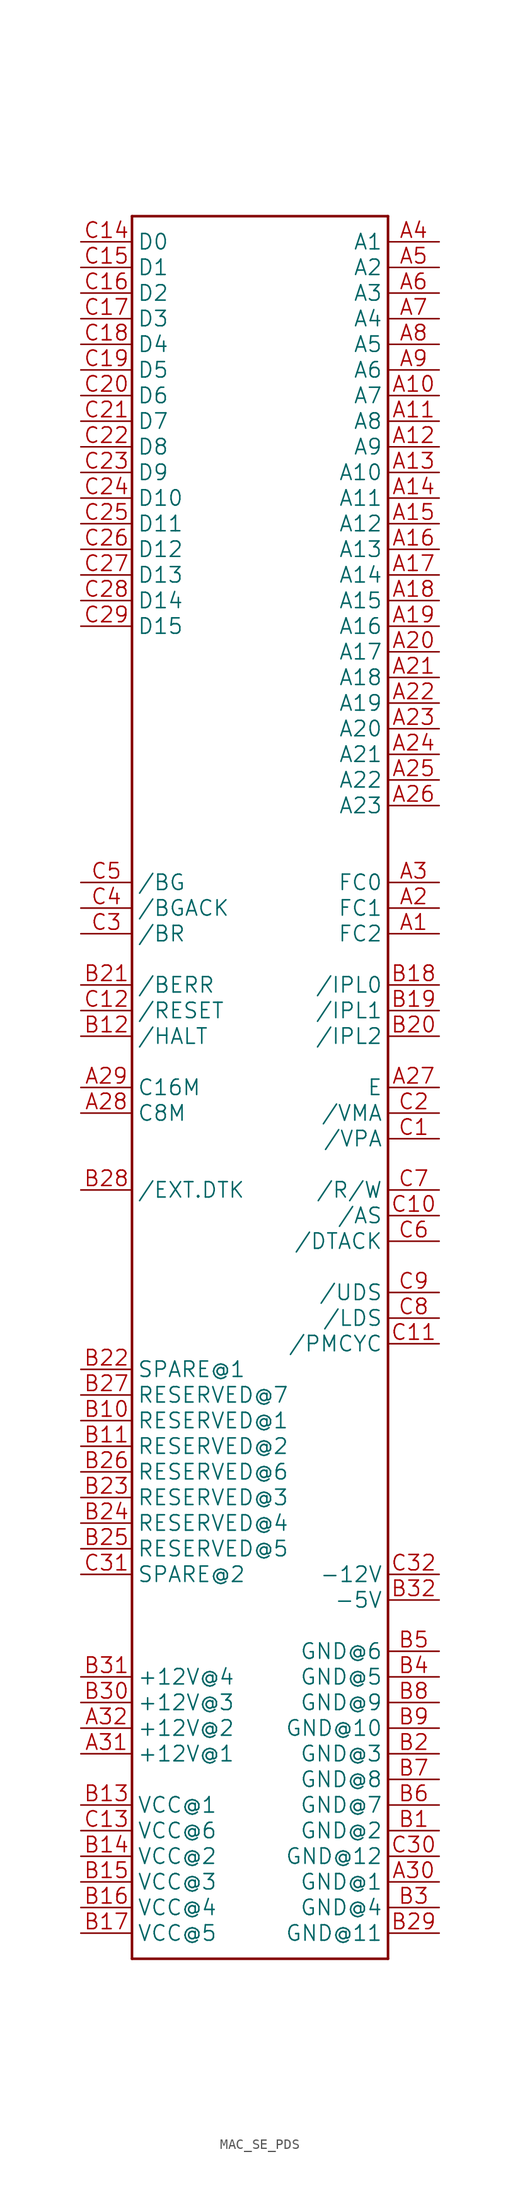
<source format=kicad_sym>
(kicad_symbol_lib
  (version 20241209)
  (generator "kicad_symbol_editor")
  (generator_version "9.0")
  (symbol "MAC_SE_PDS"
    (property "Reference" ""
      (at 0 0 0)
      (effects (font (size 1.27 1.27)) (hide yes)))
    (property "ki_locked" ""
      (at 0 0 0)
      (effects (font (size 1.27 1.27))))
    (symbol "MAC_SE_PDS_1_0"
      (polyline (pts (xy -12.7 86.36) (xy 12.7 86.36)) (stroke (width 0.254) (type solid)) (fill (type none)))
      (polyline (pts (xy -12.7 -86.36) (xy -12.7 86.36)) (stroke (width 0.254) (type solid)) (fill (type none)))
      (polyline (pts (xy 12.7 86.36) (xy 12.7 -86.36)) (stroke (width 0.254) (type solid)) (fill (type none)))
      (polyline (pts (xy 12.7 -86.36) (xy -12.7 -86.36)) (stroke (width 0.254) (type solid)) (fill (type none)))
      (pin bidirectional line (at -17.78 83.82 0) (length 5.08) (name "D0" (effects (font (size 1.524 1.524)))) (number "C14" (effects (font (size 1.524 1.524)))))
      (pin bidirectional line (at -17.78 81.28 0) (length 5.08) (name "D1" (effects (font (size 1.524 1.524)))) (number "C15" (effects (font (size 1.524 1.524)))))
      (pin bidirectional line (at -17.78 78.74 0) (length 5.08) (name "D2" (effects (font (size 1.524 1.524)))) (number "C16" (effects (font (size 1.524 1.524)))))
      (pin bidirectional line (at -17.78 76.2 0) (length 5.08) (name "D3" (effects (font (size 1.524 1.524)))) (number "C17" (effects (font (size 1.524 1.524)))))
      (pin bidirectional line (at -17.78 73.66 0) (length 5.08) (name "D4" (effects (font (size 1.524 1.524)))) (number "C18" (effects (font (size 1.524 1.524)))))
      (pin bidirectional line (at -17.78 71.12 0) (length 5.08) (name "D5" (effects (font (size 1.524 1.524)))) (number "C19" (effects (font (size 1.524 1.524)))))
      (pin bidirectional line (at -17.78 68.58 0) (length 5.08) (name "D6" (effects (font (size 1.524 1.524)))) (number "C20" (effects (font (size 1.524 1.524)))))
      (pin bidirectional line (at -17.78 66.04 0) (length 5.08) (name "D7" (effects (font (size 1.524 1.524)))) (number "C21" (effects (font (size 1.524 1.524)))))
      (pin bidirectional line (at -17.78 63.5 0) (length 5.08) (name "D8" (effects (font (size 1.524 1.524)))) (number "C22" (effects (font (size 1.524 1.524)))))
      (pin bidirectional line (at -17.78 60.96 0) (length 5.08) (name "D9" (effects (font (size 1.524 1.524)))) (number "C23" (effects (font (size 1.524 1.524)))))
      (pin bidirectional line (at -17.78 58.42 0) (length 5.08) (name "D10" (effects (font (size 1.524 1.524)))) (number "C24" (effects (font (size 1.524 1.524)))))
      (pin bidirectional line (at -17.78 55.88 0) (length 5.08) (name "D11" (effects (font (size 1.524 1.524)))) (number "C25" (effects (font (size 1.524 1.524)))))
      (pin bidirectional line (at -17.78 53.34 0) (length 5.08) (name "D12" (effects (font (size 1.524 1.524)))) (number "C26" (effects (font (size 1.524 1.524)))))
      (pin bidirectional line (at -17.78 50.8 0) (length 5.08) (name "D13" (effects (font (size 1.524 1.524)))) (number "C27" (effects (font (size 1.524 1.524)))))
      (pin bidirectional line (at -17.78 48.26 0) (length 5.08) (name "D14" (effects (font (size 1.524 1.524)))) (number "C28" (effects (font (size 1.524 1.524)))))
      (pin bidirectional line (at -17.78 45.72 0) (length 5.08) (name "D15" (effects (font (size 1.524 1.524)))) (number "C29" (effects (font (size 1.524 1.524)))))
      (pin bidirectional line (at -17.78 20.32 0) (length 5.08) (name "/BG" (effects (font (size 1.524 1.524)))) (number "C5" (effects (font (size 1.524 1.524)))))
      (pin bidirectional line (at -17.78 17.78 0) (length 5.08) (name "/BGACK" (effects (font (size 1.524 1.524)))) (number "C4" (effects (font (size 1.524 1.524)))))
      (pin bidirectional line (at -17.78 15.24 0) (length 5.08) (name "/BR" (effects (font (size 1.524 1.524)))) (number "C3" (effects (font (size 1.524 1.524)))))
      (pin bidirectional line (at -17.78 10.16 0) (length 5.08) (name "/BERR" (effects (font (size 1.524 1.524)))) (number "B21" (effects (font (size 1.524 1.524)))))
      (pin bidirectional line (at -17.78 7.62 0) (length 5.08) (name "/RESET" (effects (font (size 1.524 1.524)))) (number "C12" (effects (font (size 1.524 1.524)))))
      (pin bidirectional line (at -17.78 5.08 0) (length 5.08) (name "/HALT" (effects (font (size 1.524 1.524)))) (number "B12" (effects (font (size 1.524 1.524)))))
      (pin bidirectional line (at -17.78 0 0) (length 5.08) (name "C16M" (effects (font (size 1.524 1.524)))) (number "A29" (effects (font (size 1.524 1.524)))))
      (pin bidirectional line (at -17.78 -2.54 0) (length 5.08) (name "C8M" (effects (font (size 1.524 1.524)))) (number "A28" (effects (font (size 1.524 1.524)))))
      (pin bidirectional line (at -17.78 -10.16 0) (length 5.08) (name "/EXT.DTK" (effects (font (size 1.524 1.524)))) (number "B28" (effects (font (size 1.524 1.524)))))
      (pin bidirectional line (at -17.78 -27.94 0) (length 5.08) (name "SPARE@1" (effects (font (size 1.524 1.524)))) (number "B22" (effects (font (size 1.524 1.524)))))
      (pin bidirectional line (at -17.78 -30.48 0) (length 5.08) (name "RESERVED@7" (effects (font (size 1.524 1.524)))) (number "B27" (effects (font (size 1.524 1.524)))))
      (pin bidirectional line (at -17.78 -33.02 0) (length 5.08) (name "RESERVED@1" (effects (font (size 1.524 1.524)))) (number "B10" (effects (font (size 1.524 1.524)))))
      (pin bidirectional line (at -17.78 -35.56 0) (length 5.08) (name "RESERVED@2" (effects (font (size 1.524 1.524)))) (number "B11" (effects (font (size 1.524 1.524)))))
      (pin bidirectional line (at -17.78 -38.1 0) (length 5.08) (name "RESERVED@6" (effects (font (size 1.524 1.524)))) (number "B26" (effects (font (size 1.524 1.524)))))
      (pin bidirectional line (at -17.78 -40.64 0) (length 5.08) (name "RESERVED@3" (effects (font (size 1.524 1.524)))) (number "B23" (effects (font (size 1.524 1.524)))))
      (pin bidirectional line (at -17.78 -43.18 0) (length 5.08) (name "RESERVED@4" (effects (font (size 1.524 1.524)))) (number "B24" (effects (font (size 1.524 1.524)))))
      (pin bidirectional line (at -17.78 -45.72 0) (length 5.08) (name "RESERVED@5" (effects (font (size 1.524 1.524)))) (number "B25" (effects (font (size 1.524 1.524)))))
      (pin bidirectional line (at -17.78 -48.26 0) (length 5.08) (name "SPARE@2" (effects (font (size 1.524 1.524)))) (number "C31" (effects (font (size 1.524 1.524)))))
      (pin bidirectional line (at -17.78 -58.42 0) (length 5.08) (name "+12V@4" (effects (font (size 1.524 1.524)))) (number "B31" (effects (font (size 1.524 1.524)))))
      (pin bidirectional line (at -17.78 -60.96 0) (length 5.08) (name "+12V@3" (effects (font (size 1.524 1.524)))) (number "B30" (effects (font (size 1.524 1.524)))))
      (pin bidirectional line (at -17.78 -63.5 0) (length 5.08) (name "+12V@2" (effects (font (size 1.524 1.524)))) (number "A32" (effects (font (size 1.524 1.524)))))
      (pin bidirectional line (at -17.78 -66.04 0) (length 5.08) (name "+12V@1" (effects (font (size 1.524 1.524)))) (number "A31" (effects (font (size 1.524 1.524)))))
      (pin bidirectional line (at -17.78 -71.12 0) (length 5.08) (name "VCC@1" (effects (font (size 1.524 1.524)))) (number "B13" (effects (font (size 1.524 1.524)))))
      (pin bidirectional line (at -17.78 -73.66 0) (length 5.08) (name "VCC@6" (effects (font (size 1.524 1.524)))) (number "C13" (effects (font (size 1.524 1.524)))))
      (pin bidirectional line (at -17.78 -76.2 0) (length 5.08) (name "VCC@2" (effects (font (size 1.524 1.524)))) (number "B14" (effects (font (size 1.524 1.524)))))
      (pin bidirectional line (at -17.78 -78.74 0) (length 5.08) (name "VCC@3" (effects (font (size 1.524 1.524)))) (number "B15" (effects (font (size 1.524 1.524)))))
      (pin bidirectional line (at -17.78 -81.28 0) (length 5.08) (name "VCC@4" (effects (font (size 1.524 1.524)))) (number "B16" (effects (font (size 1.524 1.524)))))
      (pin bidirectional line (at -17.78 -83.82 0) (length 5.08) (name "VCC@5" (effects (font (size 1.524 1.524)))) (number "B17" (effects (font (size 1.524 1.524)))))
      (pin bidirectional line (at 17.78 83.82 180) (length 5.08) (name "A1" (effects (font (size 1.524 1.524)))) (number "A4" (effects (font (size 1.524 1.524)))))
      (pin bidirectional line (at 17.78 81.28 180) (length 5.08) (name "A2" (effects (font (size 1.524 1.524)))) (number "A5" (effects (font (size 1.524 1.524)))))
      (pin bidirectional line (at 17.78 78.74 180) (length 5.08) (name "A3" (effects (font (size 1.524 1.524)))) (number "A6" (effects (font (size 1.524 1.524)))))
      (pin bidirectional line (at 17.78 76.2 180) (length 5.08) (name "A4" (effects (font (size 1.524 1.524)))) (number "A7" (effects (font (size 1.524 1.524)))))
      (pin bidirectional line (at 17.78 73.66 180) (length 5.08) (name "A5" (effects (font (size 1.524 1.524)))) (number "A8" (effects (font (size 1.524 1.524)))))
      (pin bidirectional line (at 17.78 71.12 180) (length 5.08) (name "A6" (effects (font (size 1.524 1.524)))) (number "A9" (effects (font (size 1.524 1.524)))))
      (pin bidirectional line (at 17.78 68.58 180) (length 5.08) (name "A7" (effects (font (size 1.524 1.524)))) (number "A10" (effects (font (size 1.524 1.524)))))
      (pin bidirectional line (at 17.78 66.04 180) (length 5.08) (name "A8" (effects (font (size 1.524 1.524)))) (number "A11" (effects (font (size 1.524 1.524)))))
      (pin bidirectional line (at 17.78 63.5 180) (length 5.08) (name "A9" (effects (font (size 1.524 1.524)))) (number "A12" (effects (font (size 1.524 1.524)))))
      (pin bidirectional line (at 17.78 60.96 180) (length 5.08) (name "A10" (effects (font (size 1.524 1.524)))) (number "A13" (effects (font (size 1.524 1.524)))))
      (pin bidirectional line (at 17.78 58.42 180) (length 5.08) (name "A11" (effects (font (size 1.524 1.524)))) (number "A14" (effects (font (size 1.524 1.524)))))
      (pin bidirectional line (at 17.78 55.88 180) (length 5.08) (name "A12" (effects (font (size 1.524 1.524)))) (number "A15" (effects (font (size 1.524 1.524)))))
      (pin bidirectional line (at 17.78 53.34 180) (length 5.08) (name "A13" (effects (font (size 1.524 1.524)))) (number "A16" (effects (font (size 1.524 1.524)))))
      (pin bidirectional line (at 17.78 50.8 180) (length 5.08) (name "A14" (effects (font (size 1.524 1.524)))) (number "A17" (effects (font (size 1.524 1.524)))))
      (pin bidirectional line (at 17.78 48.26 180) (length 5.08) (name "A15" (effects (font (size 1.524 1.524)))) (number "A18" (effects (font (size 1.524 1.524)))))
      (pin bidirectional line (at 17.78 45.72 180) (length 5.08) (name "A16" (effects (font (size 1.524 1.524)))) (number "A19" (effects (font (size 1.524 1.524)))))
      (pin bidirectional line (at 17.78 43.18 180) (length 5.08) (name "A17" (effects (font (size 1.524 1.524)))) (number "A20" (effects (font (size 1.524 1.524)))))
      (pin bidirectional line (at 17.78 40.64 180) (length 5.08) (name "A18" (effects (font (size 1.524 1.524)))) (number "A21" (effects (font (size 1.524 1.524)))))
      (pin bidirectional line (at 17.78 38.1 180) (length 5.08) (name "A19" (effects (font (size 1.524 1.524)))) (number "A22" (effects (font (size 1.524 1.524)))))
      (pin bidirectional line (at 17.78 35.56 180) (length 5.08) (name "A20" (effects (font (size 1.524 1.524)))) (number "A23" (effects (font (size 1.524 1.524)))))
      (pin bidirectional line (at 17.78 33.02 180) (length 5.08) (name "A21" (effects (font (size 1.524 1.524)))) (number "A24" (effects (font (size 1.524 1.524)))))
      (pin bidirectional line (at 17.78 30.48 180) (length 5.08) (name "A22" (effects (font (size 1.524 1.524)))) (number "A25" (effects (font (size 1.524 1.524)))))
      (pin bidirectional line (at 17.78 27.94 180) (length 5.08) (name "A23" (effects (font (size 1.524 1.524)))) (number "A26" (effects (font (size 1.524 1.524)))))
      (pin bidirectional line (at 17.78 20.32 180) (length 5.08) (name "FC0" (effects (font (size 1.524 1.524)))) (number "A3" (effects (font (size 1.524 1.524)))))
      (pin bidirectional line (at 17.78 17.78 180) (length 5.08) (name "FC1" (effects (font (size 1.524 1.524)))) (number "A2" (effects (font (size 1.524 1.524)))))
      (pin bidirectional line (at 17.78 15.24 180) (length 5.08) (name "FC2" (effects (font (size 1.524 1.524)))) (number "A1" (effects (font (size 1.524 1.524)))))
      (pin bidirectional line (at 17.78 10.16 180) (length 5.08) (name "/IPL0" (effects (font (size 1.524 1.524)))) (number "B18" (effects (font (size 1.524 1.524)))))
      (pin bidirectional line (at 17.78 7.62 180) (length 5.08) (name "/IPL1" (effects (font (size 1.524 1.524)))) (number "B19" (effects (font (size 1.524 1.524)))))
      (pin bidirectional line (at 17.78 5.08 180) (length 5.08) (name "/IPL2" (effects (font (size 1.524 1.524)))) (number "B20" (effects (font (size 1.524 1.524)))))
      (pin bidirectional line (at 17.78 0 180) (length 5.08) (name "E" (effects (font (size 1.524 1.524)))) (number "A27" (effects (font (size 1.524 1.524)))))
      (pin bidirectional line (at 17.78 -2.54 180) (length 5.08) (name "/VMA" (effects (font (size 1.524 1.524)))) (number "C2" (effects (font (size 1.524 1.524)))))
      (pin bidirectional line (at 17.78 -5.08 180) (length 5.08) (name "/VPA" (effects (font (size 1.524 1.524)))) (number "C1" (effects (font (size 1.524 1.524)))))
      (pin bidirectional line (at 17.78 -10.16 180) (length 5.08) (name "/R/W" (effects (font (size 1.524 1.524)))) (number "C7" (effects (font (size 1.524 1.524)))))
      (pin bidirectional line (at 17.78 -12.7 180) (length 5.08) (name "/AS" (effects (font (size 1.524 1.524)))) (number "C10" (effects (font (size 1.524 1.524)))))
      (pin bidirectional line (at 17.78 -15.24 180) (length 5.08) (name "/DTACK" (effects (font (size 1.524 1.524)))) (number "C6" (effects (font (size 1.524 1.524)))))
      (pin bidirectional line (at 17.78 -20.32 180) (length 5.08) (name "/UDS" (effects (font (size 1.524 1.524)))) (number "C9" (effects (font (size 1.524 1.524)))))
      (pin bidirectional line (at 17.78 -22.86 180) (length 5.08) (name "/LDS" (effects (font (size 1.524 1.524)))) (number "C8" (effects (font (size 1.524 1.524)))))
      (pin bidirectional line (at 17.78 -25.4 180) (length 5.08) (name "/PMCYC" (effects (font (size 1.524 1.524)))) (number "C11" (effects (font (size 1.524 1.524)))))
      (pin bidirectional line (at 17.78 -48.26 180) (length 5.08) (name "-12V" (effects (font (size 1.524 1.524)))) (number "C32" (effects (font (size 1.524 1.524)))))
      (pin bidirectional line (at 17.78 -50.8 180) (length 5.08) (name "-5V" (effects (font (size 1.524 1.524)))) (number "B32" (effects (font (size 1.524 1.524)))))
      (pin bidirectional line (at 17.78 -55.88 180) (length 5.08) (name "GND@6" (effects (font (size 1.524 1.524)))) (number "B5" (effects (font (size 1.524 1.524)))))
      (pin bidirectional line (at 17.78 -58.42 180) (length 5.08) (name "GND@5" (effects (font (size 1.524 1.524)))) (number "B4" (effects (font (size 1.524 1.524)))))
      (pin bidirectional line (at 17.78 -60.96 180) (length 5.08) (name "GND@9" (effects (font (size 1.524 1.524)))) (number "B8" (effects (font (size 1.524 1.524)))))
      (pin bidirectional line (at 17.78 -63.5 180) (length 5.08) (name "GND@10" (effects (font (size 1.524 1.524)))) (number "B9" (effects (font (size 1.524 1.524)))))
      (pin bidirectional line (at 17.78 -66.04 180) (length 5.08) (name "GND@3" (effects (font (size 1.524 1.524)))) (number "B2" (effects (font (size 1.524 1.524)))))
      (pin bidirectional line (at 17.78 -68.58 180) (length 5.08) (name "GND@8" (effects (font (size 1.524 1.524)))) (number "B7" (effects (font (size 1.524 1.524)))))
      (pin bidirectional line (at 17.78 -71.12 180) (length 5.08) (name "GND@7" (effects (font (size 1.524 1.524)))) (number "B6" (effects (font (size 1.524 1.524)))))
      (pin bidirectional line (at 17.78 -73.66 180) (length 5.08) (name "GND@2" (effects (font (size 1.524 1.524)))) (number "B1" (effects (font (size 1.524 1.524)))))
      (pin bidirectional line (at 17.78 -76.2 180) (length 5.08) (name "GND@12" (effects (font (size 1.524 1.524)))) (number "C30" (effects (font (size 1.524 1.524)))))
      (pin bidirectional line (at 17.78 -78.74 180) (length 5.08) (name "GND@1" (effects (font (size 1.524 1.524)))) (number "A30" (effects (font (size 1.524 1.524)))))
      (pin bidirectional line (at 17.78 -81.28 180) (length 5.08) (name "GND@4" (effects (font (size 1.524 1.524)))) (number "B3" (effects (font (size 1.524 1.524)))))
      (pin bidirectional line (at 17.78 -83.82 180) (length 5.08) (name "GND@11" (effects (font (size 1.524 1.524)))) (number "B29" (effects (font (size 1.524 1.524))))))))
</source>
